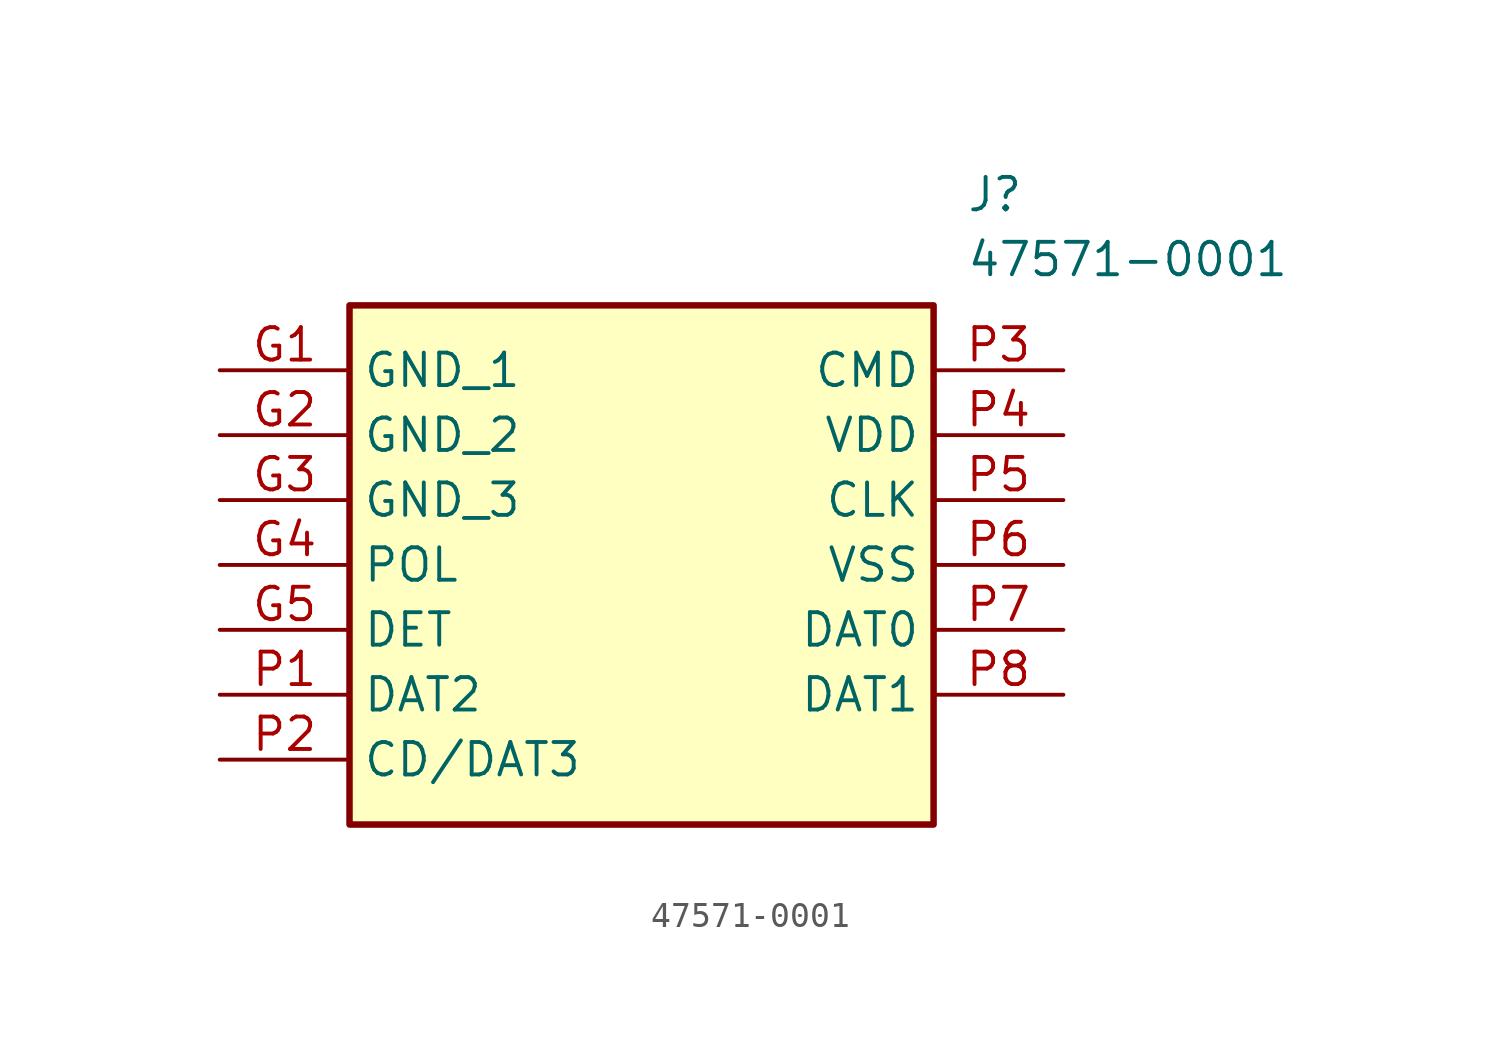
<source format=kicad_sym>
(kicad_symbol_lib
  (version 20211014)
  (generator SamacSys_ECAD_Model)
  (symbol "47571-0001"
    (property "Reference" "J"
      (at 29.21 7.62 0)
      (effects (font (size 1.27 1.27)) (justify left top)))
    (property "Value" "47571-0001"
      (at 29.21 5.08 0)
      (effects (font (size 1.27 1.27)) (justify left top)))
    (rectangle
      (start 5.08 2.54)
      (end 27.94 -17.78)
      (stroke (width 0.254) (type default))
      (fill (type background)))
    (pin passive line
      (at 0 0 0)
      (length 5.08)
      (name "GND_1" (effects (font (size 1.27 1.27))))
      (number "G1" (effects (font (size 1.27 1.27)))))
    (pin passive line
      (at 0 -2.54 0)
      (length 5.08)
      (name "GND_2" (effects (font (size 1.27 1.27))))
      (number "G2" (effects (font (size 1.27 1.27)))))
    (pin passive line
      (at 0 -5.08 0)
      (length 5.08)
      (name "GND_3" (effects (font (size 1.27 1.27))))
      (number "G3" (effects (font (size 1.27 1.27)))))
    (pin passive line
      (at 0 -7.62 0)
      (length 5.08)
      (name "POL" (effects (font (size 1.27 1.27))))
      (number "G4" (effects (font (size 1.27 1.27)))))
    (pin passive line
      (at 0 -10.16 0)
      (length 5.08)
      (name "DET" (effects (font (size 1.27 1.27))))
      (number "G5" (effects (font (size 1.27 1.27)))))
    (pin passive line
      (at 0 -12.7 0)
      (length 5.08)
      (name "DAT2" (effects (font (size 1.27 1.27))))
      (number "P1" (effects (font (size 1.27 1.27)))))
    (pin passive line
      (at 0 -15.24 0)
      (length 5.08)
      (name "CD/DAT3" (effects (font (size 1.27 1.27))))
      (number "P2" (effects (font (size 1.27 1.27)))))
    (pin passive line
      (at 33.02 0 180)
      (length 5.08)
      (name "CMD" (effects (font (size 1.27 1.27))))
      (number "P3" (effects (font (size 1.27 1.27)))))
    (pin passive line
      (at 33.02 -2.54 180)
      (length 5.08)
      (name "VDD" (effects (font (size 1.27 1.27))))
      (number "P4" (effects (font (size 1.27 1.27)))))
    (pin passive line
      (at 33.02 -5.08 180)
      (length 5.08)
      (name "CLK" (effects (font (size 1.27 1.27))))
      (number "P5" (effects (font (size 1.27 1.27)))))
    (pin passive line
      (at 33.02 -7.62 180)
      (length 5.08)
      (name "VSS" (effects (font (size 1.27 1.27))))
      (number "P6" (effects (font (size 1.27 1.27)))))
    (pin passive line
      (at 33.02 -10.16 180)
      (length 5.08)
      (name "DAT0" (effects (font (size 1.27 1.27))))
      (number "P7" (effects (font (size 1.27 1.27)))))
    (pin passive line
      (at 33.02 -12.7 180)
      (length 5.08)
      (name "DAT1" (effects (font (size 1.27 1.27))))
      (number "P8" (effects (font (size 1.27 1.27)))))))
</source>
